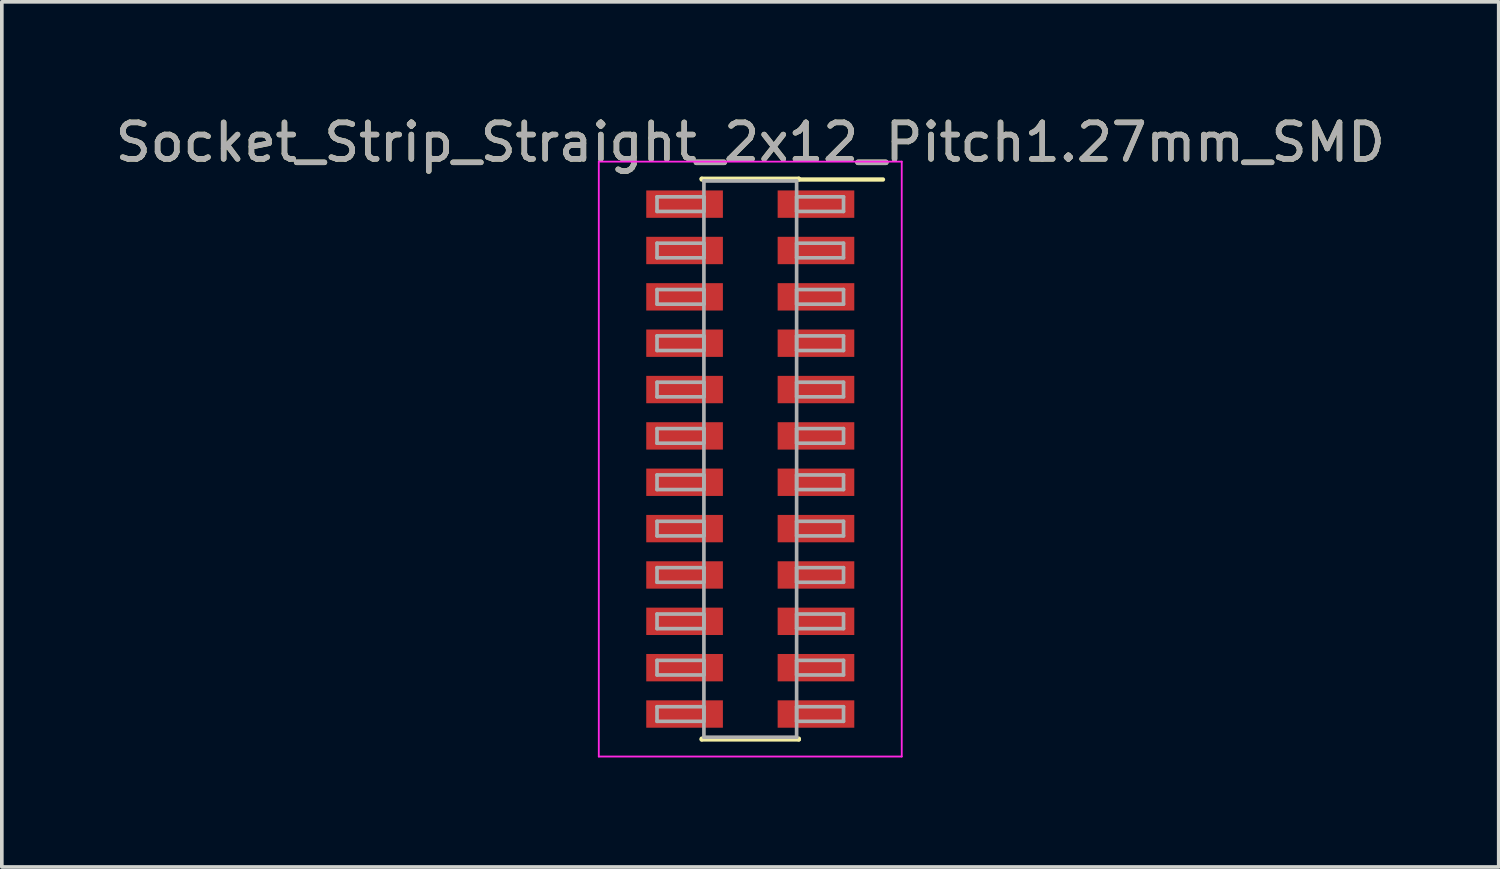
<source format=kicad_pcb>
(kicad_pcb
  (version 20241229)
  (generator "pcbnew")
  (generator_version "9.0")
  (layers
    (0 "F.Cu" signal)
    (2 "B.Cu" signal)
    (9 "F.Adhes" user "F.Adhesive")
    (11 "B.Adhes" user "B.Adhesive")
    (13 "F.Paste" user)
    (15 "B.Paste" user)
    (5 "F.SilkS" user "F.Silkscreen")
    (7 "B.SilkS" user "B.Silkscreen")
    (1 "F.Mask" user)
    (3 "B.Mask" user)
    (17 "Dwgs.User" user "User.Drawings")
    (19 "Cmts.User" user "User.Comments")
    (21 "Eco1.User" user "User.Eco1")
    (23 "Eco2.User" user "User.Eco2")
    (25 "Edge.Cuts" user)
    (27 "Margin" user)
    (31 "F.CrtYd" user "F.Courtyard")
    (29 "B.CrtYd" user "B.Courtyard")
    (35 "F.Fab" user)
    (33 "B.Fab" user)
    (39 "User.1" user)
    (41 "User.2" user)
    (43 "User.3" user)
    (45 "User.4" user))
  (footprint "Socket_Strip_Straight_2x12_Pitch1.27mm_SMD"
    (layer "F.Cu")
    (at 17.506 9.528)
    (property "Reference" "Socket_Strip_Straight_2x12_Pitch1.27mm_SMD" (at 0 -8.68 0) (layer "F.SilkS") (effects (font (size 1 1) (thickness 0.15))))
    (attr smd)
    (fp_line (start -1.33 -7.68) (end 1.33 -7.68) (stroke (width 0.12) (type solid)) (layer "F.SilkS"))
    (fp_line (start -1.33 -7.66) (end -1.33 -7.68) (stroke (width 0.12) (type solid)) (layer "F.SilkS"))
    (fp_line (start -1.33 7.66) (end -1.33 7.68) (stroke (width 0.12) (type solid)) (layer "F.SilkS"))
    (fp_line (start -1.33 7.68) (end 1.33 7.68) (stroke (width 0.12) (type solid)) (layer "F.SilkS"))
    (fp_line (start 1.33 -7.68) (end 1.33 -7.66) (stroke (width 0.12) (type solid)) (layer "F.SilkS"))
    (fp_line (start 1.33 7.68) (end 1.33 7.66) (stroke (width 0.12) (type solid)) (layer "F.SilkS"))
    (fp_line (start 3.635 -7.66) (end 1.33 -7.66) (stroke (width 0.12) (type solid)) (layer "F.SilkS"))
    (fp_line (start -4.15 -8.15) (end -4.15 8.15) (stroke (width 0.05) (type solid)) (layer "F.CrtYd"))
    (fp_line (start -4.15 8.15) (end 4.15 8.15) (stroke (width 0.05) (type solid)) (layer "F.CrtYd"))
    (fp_line (start 4.15 -8.15) (end -4.15 -8.15) (stroke (width 0.05) (type solid)) (layer "F.CrtYd"))
    (fp_line (start 4.15 8.15) (end 4.15 -8.15) (stroke (width 0.05) (type solid)) (layer "F.CrtYd"))
    (fp_line (start -2.555 -7.185) (end -1.27 -7.185) (stroke (width 0.1) (type solid)) (layer "F.Fab"))
    (fp_line (start -2.555 -6.785) (end -2.555 -7.185) (stroke (width 0.1) (type solid)) (layer "F.Fab"))
    (fp_line (start -2.555 -5.915) (end -1.27 -5.915) (stroke (width 0.1) (type solid)) (layer "F.Fab"))
    (fp_line (start -2.555 -5.515) (end -2.555 -5.915) (stroke (width 0.1) (type solid)) (layer "F.Fab"))
    (fp_line (start -2.555 -4.645) (end -1.27 -4.645) (stroke (width 0.1) (type solid)) (layer "F.Fab"))
    (fp_line (start -2.555 -4.245) (end -2.555 -4.645) (stroke (width 0.1) (type solid)) (layer "F.Fab"))
    (fp_line (start -2.555 -3.375) (end -1.27 -3.375) (stroke (width 0.1) (type solid)) (layer "F.Fab"))
    (fp_line (start -2.555 -2.975) (end -2.555 -3.375) (stroke (width 0.1) (type solid)) (layer "F.Fab"))
    (fp_line (start -2.555 -2.105) (end -1.27 -2.105) (stroke (width 0.1) (type solid)) (layer "F.Fab"))
    (fp_line (start -2.555 -1.705) (end -2.555 -2.105) (stroke (width 0.1) (type solid)) (layer "F.Fab"))
    (fp_line (start -2.555 -0.835) (end -1.27 -0.835) (stroke (width 0.1) (type solid)) (layer "F.Fab"))
    (fp_line (start -2.555 -0.435) (end -2.555 -0.835) (stroke (width 0.1) (type solid)) (layer "F.Fab"))
    (fp_line (start -2.555 0.435) (end -1.27 0.435) (stroke (width 0.1) (type solid)) (layer "F.Fab"))
    (fp_line (start -2.555 0.835) (end -2.555 0.435) (stroke (width 0.1) (type solid)) (layer "F.Fab"))
    (fp_line (start -2.555 1.705) (end -1.27 1.705) (stroke (width 0.1) (type solid)) (layer "F.Fab"))
    (fp_line (start -2.555 2.105) (end -2.555 1.705) (stroke (width 0.1) (type solid)) (layer "F.Fab"))
    (fp_line (start -2.555 2.975) (end -1.27 2.975) (stroke (width 0.1) (type solid)) (layer "F.Fab"))
    (fp_line (start -2.555 3.375) (end -2.555 2.975) (stroke (width 0.1) (type solid)) (layer "F.Fab"))
    (fp_line (start -2.555 4.245) (end -1.27 4.245) (stroke (width 0.1) (type solid)) (layer "F.Fab"))
    (fp_line (start -2.555 4.645) (end -2.555 4.245) (stroke (width 0.1) (type solid)) (layer "F.Fab"))
    (fp_line (start -2.555 5.515) (end -1.27 5.515) (stroke (width 0.1) (type solid)) (layer "F.Fab"))
    (fp_line (start -2.555 5.915) (end -2.555 5.515) (stroke (width 0.1) (type solid)) (layer "F.Fab"))
    (fp_line (start -2.555 6.785) (end -1.27 6.785) (stroke (width 0.1) (type solid)) (layer "F.Fab"))
    (fp_line (start -2.555 7.185) (end -2.555 6.785) (stroke (width 0.1) (type solid)) (layer "F.Fab"))
    (fp_line (start -1.27 -7.62) (end -1.27 7.62) (stroke (width 0.1) (type solid)) (layer "F.Fab"))
    (fp_line (start -1.27 -7.185) (end -1.27 -6.785) (stroke (width 0.1) (type solid)) (layer "F.Fab"))
    (fp_line (start -1.27 -6.785) (end -2.555 -6.785) (stroke (width 0.1) (type solid)) (layer "F.Fab"))
    (fp_line (start -1.27 -5.915) (end -1.27 -5.515) (stroke (width 0.1) (type solid)) (layer "F.Fab"))
    (fp_line (start -1.27 -5.515) (end -2.555 -5.515) (stroke (width 0.1) (type solid)) (layer "F.Fab"))
    (fp_line (start -1.27 -4.645) (end -1.27 -4.245) (stroke (width 0.1) (type solid)) (layer "F.Fab"))
    (fp_line (start -1.27 -4.245) (end -2.555 -4.245) (stroke (width 0.1) (type solid)) (layer "F.Fab"))
    (fp_line (start -1.27 -3.375) (end -1.27 -2.975) (stroke (width 0.1) (type solid)) (layer "F.Fab"))
    (fp_line (start -1.27 -2.975) (end -2.555 -2.975) (stroke (width 0.1) (type solid)) (layer "F.Fab"))
    (fp_line (start -1.27 -2.105) (end -1.27 -1.705) (stroke (width 0.1) (type solid)) (layer "F.Fab"))
    (fp_line (start -1.27 -1.705) (end -2.555 -1.705) (stroke (width 0.1) (type solid)) (layer "F.Fab"))
    (fp_line (start -1.27 -0.835) (end -1.27 -0.435) (stroke (width 0.1) (type solid)) (layer "F.Fab"))
    (fp_line (start -1.27 -0.435) (end -2.555 -0.435) (stroke (width 0.1) (type solid)) (layer "F.Fab"))
    (fp_line (start -1.27 0.435) (end -1.27 0.835) (stroke (width 0.1) (type solid)) (layer "F.Fab"))
    (fp_line (start -1.27 0.835) (end -2.555 0.835) (stroke (width 0.1) (type solid)) (layer "F.Fab"))
    (fp_line (start -1.27 1.705) (end -1.27 2.105) (stroke (width 0.1) (type solid)) (layer "F.Fab"))
    (fp_line (start -1.27 2.105) (end -2.555 2.105) (stroke (width 0.1) (type solid)) (layer "F.Fab"))
    (fp_line (start -1.27 2.975) (end -1.27 3.375) (stroke (width 0.1) (type solid)) (layer "F.Fab"))
    (fp_line (start -1.27 3.375) (end -2.555 3.375) (stroke (width 0.1) (type solid)) (layer "F.Fab"))
    (fp_line (start -1.27 4.245) (end -1.27 4.645) (stroke (width 0.1) (type solid)) (layer "F.Fab"))
    (fp_line (start -1.27 4.645) (end -2.555 4.645) (stroke (width 0.1) (type solid)) (layer "F.Fab"))
    (fp_line (start -1.27 5.515) (end -1.27 5.915) (stroke (width 0.1) (type solid)) (layer "F.Fab"))
    (fp_line (start -1.27 5.915) (end -2.555 5.915) (stroke (width 0.1) (type solid)) (layer "F.Fab"))
    (fp_line (start -1.27 6.785) (end -1.27 7.185) (stroke (width 0.1) (type solid)) (layer "F.Fab"))
    (fp_line (start -1.27 7.185) (end -2.555 7.185) (stroke (width 0.1) (type solid)) (layer "F.Fab"))
    (fp_line (start -1.27 7.62) (end 1.27 7.62) (stroke (width 0.1) (type solid)) (layer "F.Fab"))
    (fp_line (start 1.27 -7.62) (end -1.27 -7.62) (stroke (width 0.1) (type solid)) (layer "F.Fab"))
    (fp_line (start 1.27 -7.185) (end 1.27 -6.785) (stroke (width 0.1) (type solid)) (layer "F.Fab"))
    (fp_line (start 1.27 -6.785) (end 2.555 -6.785) (stroke (width 0.1) (type solid)) (layer "F.Fab"))
    (fp_line (start 1.27 -5.915) (end 1.27 -5.515) (stroke (width 0.1) (type solid)) (layer "F.Fab"))
    (fp_line (start 1.27 -5.515) (end 2.555 -5.515) (stroke (width 0.1) (type solid)) (layer "F.Fab"))
    (fp_line (start 1.27 -4.645) (end 1.27 -4.245) (stroke (width 0.1) (type solid)) (layer "F.Fab"))
    (fp_line (start 1.27 -4.245) (end 2.555 -4.245) (stroke (width 0.1) (type solid)) (layer "F.Fab"))
    (fp_line (start 1.27 -3.375) (end 1.27 -2.975) (stroke (width 0.1) (type solid)) (layer "F.Fab"))
    (fp_line (start 1.27 -2.975) (end 2.555 -2.975) (stroke (width 0.1) (type solid)) (layer "F.Fab"))
    (fp_line (start 1.27 -2.105) (end 1.27 -1.705) (stroke (width 0.1) (type solid)) (layer "F.Fab"))
    (fp_line (start 1.27 -1.705) (end 2.555 -1.705) (stroke (width 0.1) (type solid)) (layer "F.Fab"))
    (fp_line (start 1.27 -0.835) (end 1.27 -0.435) (stroke (width 0.1) (type solid)) (layer "F.Fab"))
    (fp_line (start 1.27 -0.435) (end 2.555 -0.435) (stroke (width 0.1) (type solid)) (layer "F.Fab"))
    (fp_line (start 1.27 0.435) (end 1.27 0.835) (stroke (width 0.1) (type solid)) (layer "F.Fab"))
    (fp_line (start 1.27 0.835) (end 2.555 0.835) (stroke (width 0.1) (type solid)) (layer "F.Fab"))
    (fp_line (start 1.27 1.705) (end 1.27 2.105) (stroke (width 0.1) (type solid)) (layer "F.Fab"))
    (fp_line (start 1.27 2.105) (end 2.555 2.105) (stroke (width 0.1) (type solid)) (layer "F.Fab"))
    (fp_line (start 1.27 2.975) (end 1.27 3.375) (stroke (width 0.1) (type solid)) (layer "F.Fab"))
    (fp_line (start 1.27 3.375) (end 2.555 3.375) (stroke (width 0.1) (type solid)) (layer "F.Fab"))
    (fp_line (start 1.27 4.245) (end 1.27 4.645) (stroke (width 0.1) (type solid)) (layer "F.Fab"))
    (fp_line (start 1.27 4.645) (end 2.555 4.645) (stroke (width 0.1) (type solid)) (layer "F.Fab"))
    (fp_line (start 1.27 5.515) (end 1.27 5.915) (stroke (width 0.1) (type solid)) (layer "F.Fab"))
    (fp_line (start 1.27 5.915) (end 2.555 5.915) (stroke (width 0.1) (type solid)) (layer "F.Fab"))
    (fp_line (start 1.27 6.785) (end 1.27 7.185) (stroke (width 0.1) (type solid)) (layer "F.Fab"))
    (fp_line (start 1.27 7.185) (end 2.555 7.185) (stroke (width 0.1) (type solid)) (layer "F.Fab"))
    (fp_line (start 1.27 7.62) (end 1.27 -7.62) (stroke (width 0.1) (type solid)) (layer "F.Fab"))
    (fp_line (start 2.555 -7.185) (end 1.27 -7.185) (stroke (width 0.1) (type solid)) (layer "F.Fab"))
    (fp_line (start 2.555 -6.785) (end 2.555 -7.185) (stroke (width 0.1) (type solid)) (layer "F.Fab"))
    (fp_line (start 2.555 -5.915) (end 1.27 -5.915) (stroke (width 0.1) (type solid)) (layer "F.Fab"))
    (fp_line (start 2.555 -5.515) (end 2.555 -5.915) (stroke (width 0.1) (type solid)) (layer "F.Fab"))
    (fp_line (start 2.555 -4.645) (end 1.27 -4.645) (stroke (width 0.1) (type solid)) (layer "F.Fab"))
    (fp_line (start 2.555 -4.245) (end 2.555 -4.645) (stroke (width 0.1) (type solid)) (layer "F.Fab"))
    (fp_line (start 2.555 -3.375) (end 1.27 -3.375) (stroke (width 0.1) (type solid)) (layer "F.Fab"))
    (fp_line (start 2.555 -2.975) (end 2.555 -3.375) (stroke (width 0.1) (type solid)) (layer "F.Fab"))
    (fp_line (start 2.555 -2.105) (end 1.27 -2.105) (stroke (width 0.1) (type solid)) (layer "F.Fab"))
    (fp_line (start 2.555 -1.705) (end 2.555 -2.105) (stroke (width 0.1) (type solid)) (layer "F.Fab"))
    (fp_line (start 2.555 -0.835) (end 1.27 -0.835) (stroke (width 0.1) (type solid)) (layer "F.Fab"))
    (fp_line (start 2.555 -0.435) (end 2.555 -0.835) (stroke (width 0.1) (type solid)) (layer "F.Fab"))
    (fp_line (start 2.555 0.435) (end 1.27 0.435) (stroke (width 0.1) (type solid)) (layer "F.Fab"))
    (fp_line (start 2.555 0.835) (end 2.555 0.435) (stroke (width 0.1) (type solid)) (layer "F.Fab"))
    (fp_line (start 2.555 1.705) (end 1.27 1.705) (stroke (width 0.1) (type solid)) (layer "F.Fab"))
    (fp_line (start 2.555 2.105) (end 2.555 1.705) (stroke (width 0.1) (type solid)) (layer "F.Fab"))
    (fp_line (start 2.555 2.975) (end 1.27 2.975) (stroke (width 0.1) (type solid)) (layer "F.Fab"))
    (fp_line (start 2.555 3.375) (end 2.555 2.975) (stroke (width 0.1) (type solid)) (layer "F.Fab"))
    (fp_line (start 2.555 4.245) (end 1.27 4.245) (stroke (width 0.1) (type solid)) (layer "F.Fab"))
    (fp_line (start 2.555 4.645) (end 2.555 4.245) (stroke (width 0.1) (type solid)) (layer "F.Fab"))
    (fp_line (start 2.555 5.515) (end 1.27 5.515) (stroke (width 0.1) (type solid)) (layer "F.Fab"))
    (fp_line (start 2.555 5.915) (end 2.555 5.515) (stroke (width 0.1) (type solid)) (layer "F.Fab"))
    (fp_line (start 2.555 6.785) (end 1.27 6.785) (stroke (width 0.1) (type solid)) (layer "F.Fab"))
    (fp_line (start 2.555 7.185) (end 2.555 6.785) (stroke (width 0.1) (type solid)) (layer "F.Fab"))
    (fp_text user "${REFERENCE}" (at 0 -8.68 0) (layer "F.Fab") (effects (font (size 1 1) (thickness 0.15))))
    (pad "1" smd rect (at 1.8 -6.985) (size 2.1 0.75) (layers "F.Cu" "F.Mask" "F.Paste"))
    (pad "2" smd rect (at -1.8 -6.985) (size 2.1 0.75) (layers "F.Cu" "F.Mask" "F.Paste"))
    (pad "3" smd rect (at 1.8 -5.715) (size 2.1 0.75) (layers "F.Cu" "F.Mask" "F.Paste"))
    (pad "4" smd rect (at -1.8 -5.715) (size 2.1 0.75) (layers "F.Cu" "F.Mask" "F.Paste"))
    (pad "5" smd rect (at 1.8 -4.445) (size 2.1 0.75) (layers "F.Cu" "F.Mask" "F.Paste"))
    (pad "6" smd rect (at -1.8 -4.445) (size 2.1 0.75) (layers "F.Cu" "F.Mask" "F.Paste"))
    (pad "7" smd rect (at 1.8 -3.175) (size 2.1 0.75) (layers "F.Cu" "F.Mask" "F.Paste"))
    (pad "8" smd rect (at -1.8 -3.175) (size 2.1 0.75) (layers "F.Cu" "F.Mask" "F.Paste"))
    (pad "9" smd rect (at 1.8 -1.905) (size 2.1 0.75) (layers "F.Cu" "F.Mask" "F.Paste"))
    (pad "10" smd rect (at -1.8 -1.905) (size 2.1 0.75) (layers "F.Cu" "F.Mask" "F.Paste"))
    (pad "11" smd rect (at 1.8 -0.635) (size 2.1 0.75) (layers "F.Cu" "F.Mask" "F.Paste"))
    (pad "12" smd rect (at -1.8 -0.635) (size 2.1 0.75) (layers "F.Cu" "F.Mask" "F.Paste"))
    (pad "13" smd rect (at 1.8 0.635) (size 2.1 0.75) (layers "F.Cu" "F.Mask" "F.Paste"))
    (pad "14" smd rect (at -1.8 0.635) (size 2.1 0.75) (layers "F.Cu" "F.Mask" "F.Paste"))
    (pad "15" smd rect (at 1.8 1.905) (size 2.1 0.75) (layers "F.Cu" "F.Mask" "F.Paste"))
    (pad "16" smd rect (at -1.8 1.905) (size 2.1 0.75) (layers "F.Cu" "F.Mask" "F.Paste"))
    (pad "17" smd rect (at 1.8 3.175) (size 2.1 0.75) (layers "F.Cu" "F.Mask" "F.Paste"))
    (pad "18" smd rect (at -1.8 3.175) (size 2.1 0.75) (layers "F.Cu" "F.Mask" "F.Paste"))
    (pad "19" smd rect (at 1.8 4.445) (size 2.1 0.75) (layers "F.Cu" "F.Mask" "F.Paste"))
    (pad "20" smd rect (at -1.8 4.445) (size 2.1 0.75) (layers "F.Cu" "F.Mask" "F.Paste"))
    (pad "21" smd rect (at 1.8 5.715) (size 2.1 0.75) (layers "F.Cu" "F.Mask" "F.Paste"))
    (pad "22" smd rect (at -1.8 5.715) (size 2.1 0.75) (layers "F.Cu" "F.Mask" "F.Paste"))
    (pad "23" smd rect (at 1.8 6.985) (size 2.1 0.75) (layers "F.Cu" "F.Mask" "F.Paste"))
    (pad "24" smd rect (at -1.8 6.985) (size 2.1 0.75) (layers "F.Cu" "F.Mask" "F.Paste")))
  (gr_rect
    (start -3 -3)
    (end 38.012 20.703)
    (stroke (width 0.1) (type default))
    (fill no)
    (layer "Edge.Cuts")))
</source>
